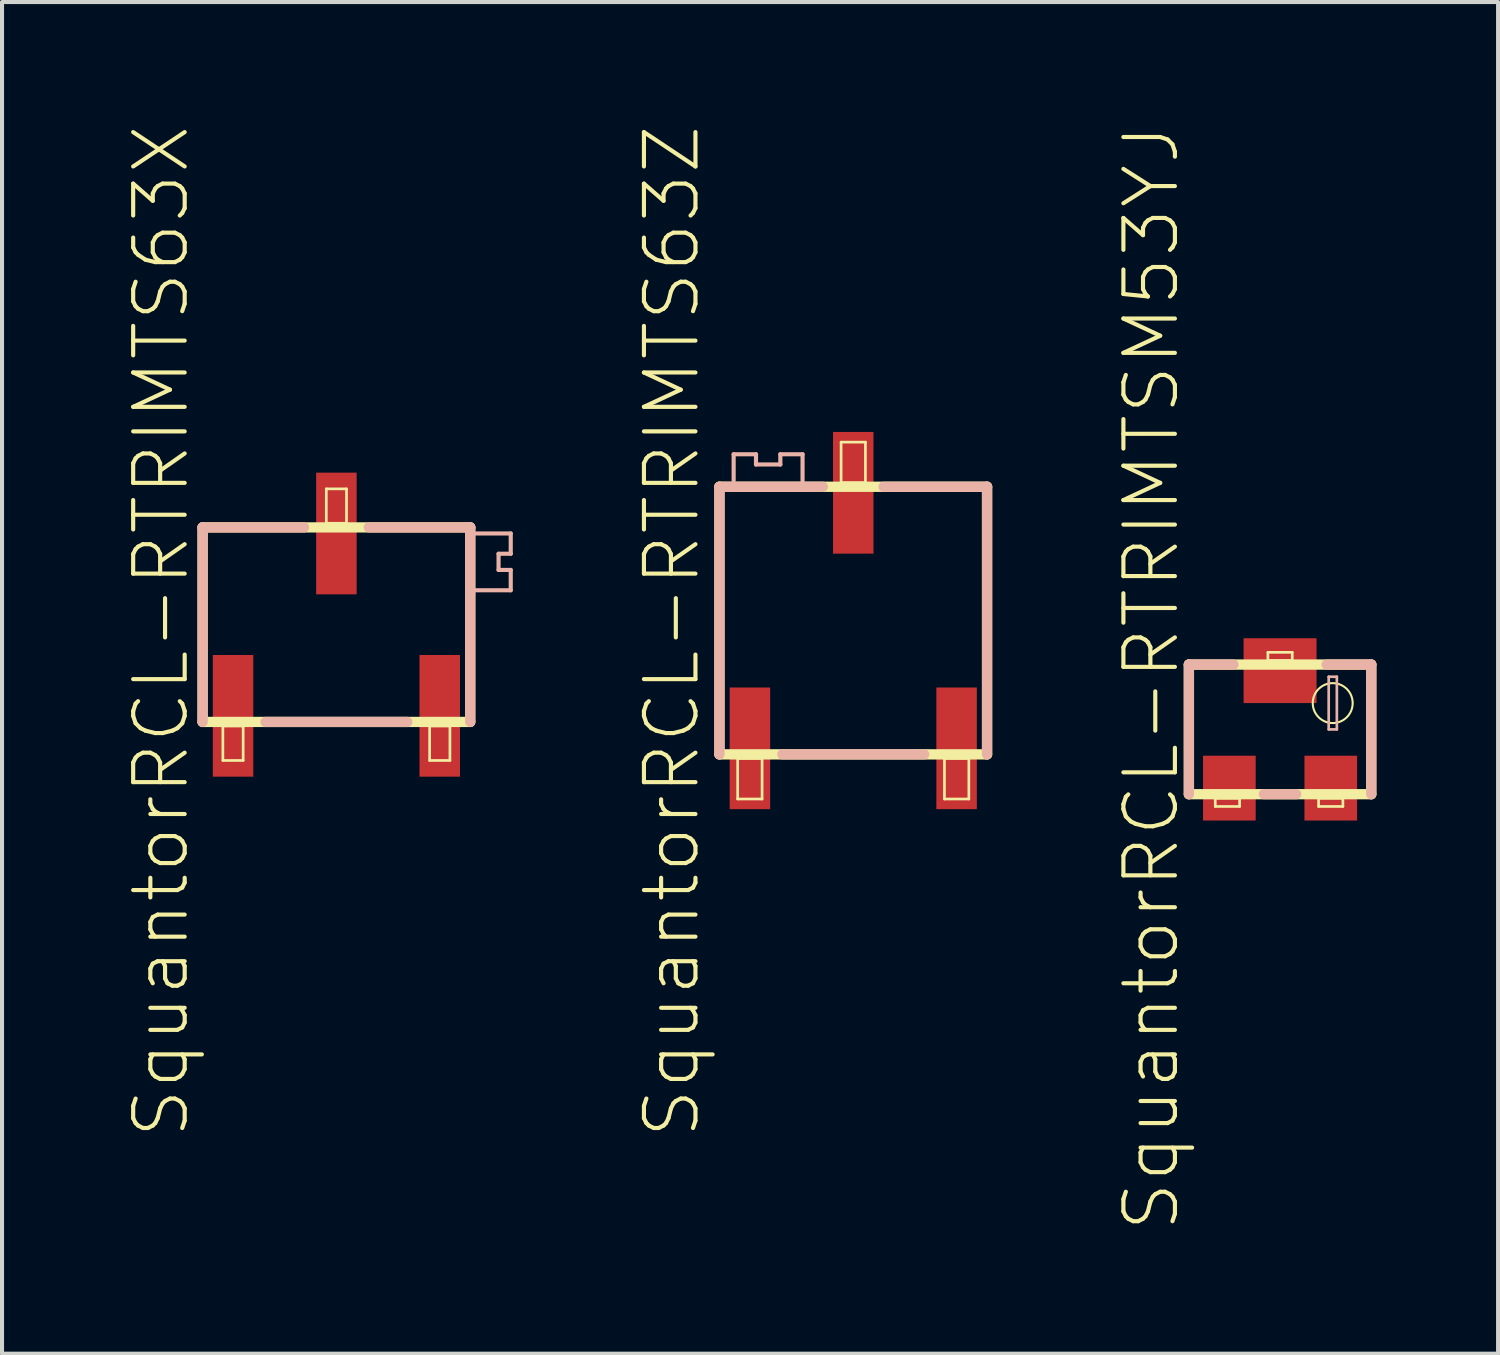
<source format=kicad_pcb>
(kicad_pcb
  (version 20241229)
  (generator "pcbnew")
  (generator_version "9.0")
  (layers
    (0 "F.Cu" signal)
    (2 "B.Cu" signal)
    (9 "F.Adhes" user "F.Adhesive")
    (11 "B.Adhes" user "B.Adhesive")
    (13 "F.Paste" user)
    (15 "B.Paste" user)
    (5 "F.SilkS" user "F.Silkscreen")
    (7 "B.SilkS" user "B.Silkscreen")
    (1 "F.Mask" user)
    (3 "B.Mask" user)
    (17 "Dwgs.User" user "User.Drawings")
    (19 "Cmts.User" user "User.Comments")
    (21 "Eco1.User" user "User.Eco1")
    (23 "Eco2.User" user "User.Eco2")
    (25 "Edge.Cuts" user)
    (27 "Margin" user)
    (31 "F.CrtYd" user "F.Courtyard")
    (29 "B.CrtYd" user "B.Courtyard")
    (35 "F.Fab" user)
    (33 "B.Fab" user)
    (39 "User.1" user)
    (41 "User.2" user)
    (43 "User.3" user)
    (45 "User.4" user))
  (footprint "SquantorRCL-RTRIMTSM53YJ"
    (layer "F.Cu")
    (at 28.51 14.933)
    (property "Reference" "SquantorRCL-RTRIMTSM53YJ" (at -3.175 -1.27 90) (layer "F.SilkS") (effects (font (size 1.27 1.27) (thickness 0.102))))
    (attr smd)
    (fp_line (start -2.248 -1.598) (end -2.248 1.598) (stroke (width 0.254) (type solid)) (layer "F.SilkS"))
    (fp_line (start -2.248 1.598) (end 2.248 1.598) (stroke (width 0.254) (type solid)) (layer "F.SilkS"))
    (fp_line (start -1.598 1.699) (end -0.998 1.699) (stroke (width 0.066) (type solid)) (layer "F.SilkS"))
    (fp_line (start -1.598 1.9) (end -1.598 1.699) (stroke (width 0.066) (type solid)) (layer "F.SilkS"))
    (fp_line (start -1.598 1.9) (end -0.998 1.9) (stroke (width 0.066) (type solid)) (layer "F.SilkS"))
    (fp_line (start -0.998 1.9) (end -0.998 1.699) (stroke (width 0.066) (type solid)) (layer "F.SilkS"))
    (fp_line (start -0.3 -1.9) (end 0.3 -1.9) (stroke (width 0.066) (type solid)) (layer "F.SilkS"))
    (fp_line (start -0.3 -1.699) (end -0.3 -1.9) (stroke (width 0.066) (type solid)) (layer "F.SilkS"))
    (fp_line (start -0.3 -1.699) (end 0.3 -1.699) (stroke (width 0.066) (type solid)) (layer "F.SilkS"))
    (fp_line (start 0.3 -1.699) (end 0.3 -1.9) (stroke (width 0.066) (type solid)) (layer "F.SilkS"))
    (fp_line (start 0.95 1.699) (end 1.549 1.699) (stroke (width 0.066) (type solid)) (layer "F.SilkS"))
    (fp_line (start 0.95 1.9) (end 0.95 1.699) (stroke (width 0.066) (type solid)) (layer "F.SilkS"))
    (fp_line (start 0.95 1.9) (end 1.549 1.9) (stroke (width 0.066) (type solid)) (layer "F.SilkS"))
    (fp_line (start 1.549 1.9) (end 1.549 1.699) (stroke (width 0.066) (type solid)) (layer "F.SilkS"))
    (fp_line (start 2.248 -1.598) (end -2.248 -1.598) (stroke (width 0.254) (type solid)) (layer "F.SilkS"))
    (fp_line (start 2.248 1.598) (end 2.248 -1.598) (stroke (width 0.254) (type solid)) (layer "F.SilkS"))
    (fp_circle (center 1.298 -0.648) (end 1.646 -0.996) (stroke (width 0.051) (type solid)) (fill no) (layer "F.SilkS"))
    (fp_line (start -2.248 -1.598) (end -1.148 -1.598) (stroke (width 0.254) (type solid)) (layer "B.SilkS"))
    (fp_line (start -2.248 1.598) (end -2.248 -1.598) (stroke (width 0.254) (type solid)) (layer "B.SilkS"))
    (fp_line (start -0.399 1.598) (end 0.399 1.598) (stroke (width 0.254) (type solid)) (layer "B.SilkS"))
    (fp_line (start 1.199 -1.298) (end 1.4 -1.298) (stroke (width 0.066) (type solid)) (layer "B.SilkS"))
    (fp_line (start 1.199 0) (end 1.199 -1.298) (stroke (width 0.066) (type solid)) (layer "B.SilkS"))
    (fp_line (start 1.199 0) (end 1.4 0) (stroke (width 0.066) (type solid)) (layer "B.SilkS"))
    (fp_line (start 1.4 0) (end 1.4 -1.298) (stroke (width 0.066) (type solid)) (layer "B.SilkS"))
    (fp_line (start 2.248 -1.598) (end 1.148 -1.598) (stroke (width 0.254) (type solid)) (layer "B.SilkS"))
    (fp_line (start 2.248 1.598) (end 2.248 -1.598) (stroke (width 0.254) (type solid)) (layer "B.SilkS"))
    (pad "1" smd rect (at -1.25 1.448) (size 1.298 1.598) (layers "F.Cu" "F.Mask" "F.Paste"))
    (pad "2" smd rect (at 1.25 1.448) (size 1.298 1.598) (layers "F.Cu" "F.Mask" "F.Paste"))
    (pad "3" smd rect (at 0 -1.448) (size 1.798 1.598) (layers "F.Cu" "F.Mask" "F.Paste")))
  (footprint "SquantorRCL-RTRIMTS63X"
    (layer "F.Cu")
    (at 5.244 12.351)
    (property "Reference" "SquantorRCL-RTRIMTS63X" (at -4.323 0.163 90) (layer "F.SilkS") (effects (font (size 1.27 1.27) (thickness 0.102))))
    (attr smd)
    (fp_line (start -3.299 -2.398) (end -3.299 2.398) (stroke (width 0.254) (type solid)) (layer "F.SilkS"))
    (fp_line (start -3.299 2.398) (end 3.299 2.398) (stroke (width 0.254) (type solid)) (layer "F.SilkS"))
    (fp_line (start -2.799 2.499) (end -2.299 2.499) (stroke (width 0.066) (type solid)) (layer "F.SilkS"))
    (fp_line (start -2.799 3.348) (end -2.799 2.499) (stroke (width 0.066) (type solid)) (layer "F.SilkS"))
    (fp_line (start -2.799 3.348) (end -2.299 3.348) (stroke (width 0.066) (type solid)) (layer "F.SilkS"))
    (fp_line (start -2.299 3.348) (end -2.299 2.499) (stroke (width 0.066) (type solid)) (layer "F.SilkS"))
    (fp_line (start -0.249 -3.348) (end 0.249 -3.348) (stroke (width 0.066) (type solid)) (layer "F.SilkS"))
    (fp_line (start -0.249 -2.499) (end -0.249 -3.348) (stroke (width 0.066) (type solid)) (layer "F.SilkS"))
    (fp_line (start -0.249 -2.499) (end 0.249 -2.499) (stroke (width 0.066) (type solid)) (layer "F.SilkS"))
    (fp_line (start 0.249 -2.499) (end 0.249 -3.348) (stroke (width 0.066) (type solid)) (layer "F.SilkS"))
    (fp_line (start 2.299 2.499) (end 2.799 2.499) (stroke (width 0.066) (type solid)) (layer "F.SilkS"))
    (fp_line (start 2.299 3.348) (end 2.299 2.499) (stroke (width 0.066) (type solid)) (layer "F.SilkS"))
    (fp_line (start 2.299 3.348) (end 2.799 3.348) (stroke (width 0.066) (type solid)) (layer "F.SilkS"))
    (fp_line (start 2.799 3.348) (end 2.799 2.499) (stroke (width 0.066) (type solid)) (layer "F.SilkS"))
    (fp_line (start 3.299 -2.398) (end -3.299 -2.398) (stroke (width 0.254) (type solid)) (layer "F.SilkS"))
    (fp_line (start 3.299 2.398) (end 3.299 -2.398) (stroke (width 0.254) (type solid)) (layer "F.SilkS"))
    (fp_line (start -3.299 -2.398) (end -3.299 2.398) (stroke (width 0.254) (type solid)) (layer "B.SilkS"))
    (fp_line (start -1.748 2.398) (end 1.748 2.398) (stroke (width 0.254) (type solid)) (layer "B.SilkS"))
    (fp_line (start -0.798 -2.398) (end -3.299 -2.398) (stroke (width 0.254) (type solid)) (layer "B.SilkS"))
    (fp_line (start 0.798 -2.398) (end 3.299 -2.398) (stroke (width 0.254) (type solid)) (layer "B.SilkS"))
    (fp_line (start 3.299 -2.398) (end 3.299 2.398) (stroke (width 0.254) (type solid)) (layer "B.SilkS"))
    (fp_line (start 3.998 -1.748) (end 4.298 -1.748) (stroke (width 0.102) (type solid)) (layer "B.SilkS"))
    (fp_line (start 3.998 -1.349) (end 3.998 -1.748) (stroke (width 0.102) (type solid)) (layer "B.SilkS"))
    (fp_line (start 4.298 -2.248) (end 3.399 -2.248) (stroke (width 0.102) (type solid)) (layer "B.SilkS"))
    (fp_line (start 4.298 -1.748) (end 4.298 -2.248) (stroke (width 0.102) (type solid)) (layer "B.SilkS"))
    (fp_line (start 4.298 -1.349) (end 3.998 -1.349) (stroke (width 0.102) (type solid)) (layer "B.SilkS"))
    (fp_line (start 4.298 -0.848) (end 3.399 -0.848) (stroke (width 0.102) (type solid)) (layer "B.SilkS"))
    (fp_line (start 4.298 -0.848) (end 4.298 -1.349) (stroke (width 0.102) (type solid)) (layer "B.SilkS"))
    (pad "1" smd rect (at -2.548 2.248) (size 0.998 3) (layers "F.Cu" "F.Mask" "F.Paste"))
    (pad "2" smd rect (at 0 -2.248) (size 0.998 3) (layers "F.Cu" "F.Mask" "F.Paste"))
    (pad "3" smd rect (at 2.548 2.248) (size 0.998 3) (layers "F.Cu" "F.Mask" "F.Paste")))
  (footprint "SquantorRCL-RTRIMTS63Z"
    (layer "F.Cu")
    (at 17.987 12.25)
    (property "Reference" "SquantorRCL-RTRIMTS63Z" (at -4.473 0.264 90) (layer "F.SilkS") (effects (font (size 1.27 1.27) (thickness 0.102))))
    (attr smd)
    (fp_line (start -3.299 -3.299) (end -3.299 3.299) (stroke (width 0.254) (type solid)) (layer "F.SilkS"))
    (fp_line (start -3.299 3.299) (end 3.299 3.299) (stroke (width 0.254) (type solid)) (layer "F.SilkS"))
    (fp_line (start -2.85 3.399) (end -2.248 3.399) (stroke (width 0.066) (type solid)) (layer "F.SilkS"))
    (fp_line (start -2.85 4.399) (end -2.85 3.399) (stroke (width 0.066) (type solid)) (layer "F.SilkS"))
    (fp_line (start -2.85 4.399) (end -2.248 4.399) (stroke (width 0.066) (type solid)) (layer "F.SilkS"))
    (fp_line (start -2.248 4.399) (end -2.248 3.399) (stroke (width 0.066) (type solid)) (layer "F.SilkS"))
    (fp_line (start -0.3 -4.399) (end 0.3 -4.399) (stroke (width 0.066) (type solid)) (layer "F.SilkS"))
    (fp_line (start -0.3 -3.399) (end -0.3 -4.399) (stroke (width 0.066) (type solid)) (layer "F.SilkS"))
    (fp_line (start -0.3 -3.399) (end 0.3 -3.399) (stroke (width 0.066) (type solid)) (layer "F.SilkS"))
    (fp_line (start 0.3 -3.399) (end 0.3 -4.399) (stroke (width 0.066) (type solid)) (layer "F.SilkS"))
    (fp_line (start 2.248 3.399) (end 2.85 3.399) (stroke (width 0.066) (type solid)) (layer "F.SilkS"))
    (fp_line (start 2.248 4.399) (end 2.248 3.399) (stroke (width 0.066) (type solid)) (layer "F.SilkS"))
    (fp_line (start 2.248 4.399) (end 2.85 4.399) (stroke (width 0.066) (type solid)) (layer "F.SilkS"))
    (fp_line (start 2.85 4.399) (end 2.85 3.399) (stroke (width 0.066) (type solid)) (layer "F.SilkS"))
    (fp_line (start 3.299 -3.299) (end -3.299 -3.299) (stroke (width 0.254) (type solid)) (layer "F.SilkS"))
    (fp_line (start 3.299 3.299) (end 3.299 -3.299) (stroke (width 0.254) (type solid)) (layer "F.SilkS"))
    (fp_line (start -3.299 -3.299) (end -3.299 3.299) (stroke (width 0.254) (type solid)) (layer "B.SilkS"))
    (fp_line (start -2.949 -4.1) (end -2.398 -4.1) (stroke (width 0.102) (type solid)) (layer "B.SilkS"))
    (fp_line (start -2.949 -3.449) (end -2.949 -4.1) (stroke (width 0.102) (type solid)) (layer "B.SilkS"))
    (fp_line (start -2.398 -4.1) (end -2.398 -3.848) (stroke (width 0.102) (type solid)) (layer "B.SilkS"))
    (fp_line (start -2.398 -3.848) (end -1.798 -3.848) (stroke (width 0.102) (type solid)) (layer "B.SilkS"))
    (fp_line (start -1.798 -4.1) (end -1.25 -4.1) (stroke (width 0.102) (type solid)) (layer "B.SilkS"))
    (fp_line (start -1.798 -3.848) (end -1.798 -4.1) (stroke (width 0.102) (type solid)) (layer "B.SilkS"))
    (fp_line (start -1.748 3.299) (end 1.748 3.299) (stroke (width 0.254) (type solid)) (layer "B.SilkS"))
    (fp_line (start -1.25 -4.1) (end -1.25 -3.399) (stroke (width 0.102) (type solid)) (layer "B.SilkS"))
    (fp_line (start -0.749 -3.299) (end -3.299 -3.299) (stroke (width 0.254) (type solid)) (layer "B.SilkS"))
    (fp_line (start 3.299 -3.299) (end 0.749 -3.299) (stroke (width 0.254) (type solid)) (layer "B.SilkS"))
    (fp_line (start 3.299 3.299) (end 3.299 -3.299) (stroke (width 0.254) (type solid)) (layer "B.SilkS"))
    (pad "1" smd rect (at -2.548 3.15) (size 0.998 3) (layers "F.Cu" "F.Mask" "F.Paste"))
    (pad "2" smd rect (at 0 -3.15) (size 0.998 3) (layers "F.Cu" "F.Mask" "F.Paste"))
    (pad "3" smd rect (at 2.548 3.15) (size 0.998 3) (layers "F.Cu" "F.Mask" "F.Paste")))
  (gr_rect
    (start -3 -3)
    (end 33.885 30.326)
    (stroke (width 0.1) (type default))
    (fill no)
    (layer "Edge.Cuts")))
</source>
